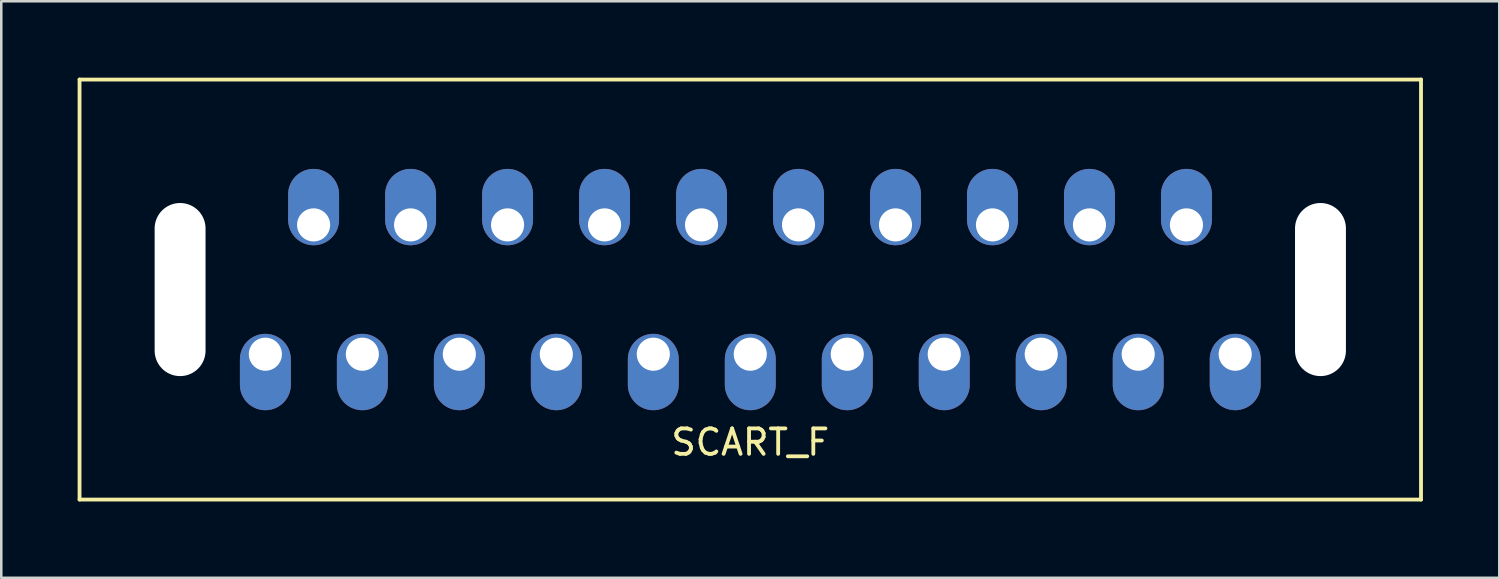
<source format=kicad_pcb>
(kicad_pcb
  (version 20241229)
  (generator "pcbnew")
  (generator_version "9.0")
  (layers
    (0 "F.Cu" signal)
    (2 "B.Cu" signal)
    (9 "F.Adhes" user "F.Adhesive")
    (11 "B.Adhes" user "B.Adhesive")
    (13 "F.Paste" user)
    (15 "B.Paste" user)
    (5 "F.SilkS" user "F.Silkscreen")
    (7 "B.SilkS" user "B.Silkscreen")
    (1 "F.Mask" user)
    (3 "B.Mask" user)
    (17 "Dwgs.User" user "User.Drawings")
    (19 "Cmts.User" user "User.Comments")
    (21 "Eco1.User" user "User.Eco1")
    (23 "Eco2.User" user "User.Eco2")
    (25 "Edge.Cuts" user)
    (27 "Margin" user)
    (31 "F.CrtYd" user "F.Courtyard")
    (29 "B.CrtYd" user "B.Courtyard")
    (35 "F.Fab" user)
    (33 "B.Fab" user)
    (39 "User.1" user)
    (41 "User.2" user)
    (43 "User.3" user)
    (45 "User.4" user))
  (footprint "SCART_F"
    (layer "F.Cu")
    (at 26.425 8.325)
    (property "Reference" "SCART_F" (at 0 6 0) (layer "F.SilkS") (effects (font (size 1 1) (thickness 0.15))))
    (attr through_hole)
    (fp_line (start -26.35 -8.25) (end 26.35 -8.25) (stroke (width 0.15) (type solid)) (layer "F.SilkS"))
    (fp_line (start -26.35 8.25) (end -26.35 -8.25) (stroke (width 0.15) (type solid)) (layer "F.SilkS"))
    (fp_line (start 26.35 -8.25) (end 26.35 8.25) (stroke (width 0.15) (type solid)) (layer "F.SilkS"))
    (fp_line (start 26.35 8.25) (end -26.35 8.25) (stroke (width 0.15) (type solid)) (layer "F.SilkS"))
    (pad "" np_thru_hole oval (at -22.4 0) (size 2 6.8) (drill oval 2 6.8) (layers "*.Cu" "*.Mask"))
    (pad "" np_thru_hole oval (at 22.4 0) (size 2 6.8) (drill oval 2 6.8) (layers "*.Cu" "*.Mask"))
    (pad "1" thru_hole oval (at 19.05 2.54) (size 2 3) (drill 1.3 (offset 0 0.7)) (layers "*.Cu" "*.Mask"))
    (pad "2" thru_hole oval (at 17.135 -2.54) (size 2 3) (drill 1.3 (offset 0 -0.7)) (layers "*.Cu" "*.Mask"))
    (pad "3" thru_hole oval (at 15.24 2.54) (size 2 3) (drill 1.3 (offset 0 0.7)) (layers "*.Cu" "*.Mask"))
    (pad "4" thru_hole oval (at 13.325 -2.54) (size 2 3) (drill 1.3 (offset 0 -0.7)) (layers "*.Cu" "*.Mask"))
    (pad "5" thru_hole oval (at 11.43 2.54) (size 2 3) (drill 1.3 (offset 0 0.7)) (layers "*.Cu" "*.Mask"))
    (pad "6" thru_hole oval (at 9.515 -2.54) (size 2 3) (drill 1.3 (offset 0 -0.7)) (layers "*.Cu" "*.Mask"))
    (pad "7" thru_hole oval (at 7.62 2.54) (size 2 3) (drill 1.3 (offset 0 0.7)) (layers "*.Cu" "*.Mask"))
    (pad "8" thru_hole oval (at 5.705 -2.54) (size 2 3) (drill 1.3 (offset 0 -0.7)) (layers "*.Cu" "*.Mask"))
    (pad "9" thru_hole oval (at 3.81 2.54) (size 2 3) (drill 1.3 (offset 0 0.7)) (layers "*.Cu" "*.Mask"))
    (pad "10" thru_hole oval (at 1.895 -2.54) (size 2 3) (drill 1.3 (offset 0 -0.7)) (layers "*.Cu" "*.Mask"))
    (pad "11" thru_hole oval (at 0 2.54) (size 2 3) (drill 1.3 (offset 0 0.7)) (layers "*.Cu" "*.Mask"))
    (pad "12" thru_hole oval (at -1.915 -2.54) (size 2 3) (drill 1.3 (offset 0 -0.7)) (layers "*.Cu" "*.Mask"))
    (pad "13" thru_hole oval (at -3.81 2.54) (size 2 3) (drill 1.3 (offset 0 0.7)) (layers "*.Cu" "*.Mask"))
    (pad "14" thru_hole oval (at -5.725 -2.54) (size 2 3) (drill 1.3 (offset 0 -0.7)) (layers "*.Cu" "*.Mask"))
    (pad "15" thru_hole oval (at -7.62 2.54) (size 2 3) (drill 1.3 (offset 0 0.7)) (layers "*.Cu" "*.Mask"))
    (pad "16" thru_hole oval (at -9.535 -2.54) (size 2 3) (drill 1.3 (offset 0 -0.7)) (layers "*.Cu" "*.Mask"))
    (pad "17" thru_hole oval (at -11.43 2.54) (size 2 3) (drill 1.3 (offset 0 0.7)) (layers "*.Cu" "*.Mask"))
    (pad "18" thru_hole oval (at -13.345 -2.54) (size 2 3) (drill 1.3 (offset 0 -0.7)) (layers "*.Cu" "*.Mask"))
    (pad "19" thru_hole oval (at -15.24 2.54) (size 2 3) (drill 1.3 (offset 0 0.7)) (layers "*.Cu" "*.Mask"))
    (pad "20" thru_hole oval (at -17.155 -2.54) (size 2 3) (drill 1.3 (offset 0 -0.7)) (layers "*.Cu" "*.Mask"))
    (pad "21" thru_hole oval (at -19.05 2.54) (size 2 3) (drill 1.3 (offset 0 0.7)) (layers "*.Cu" "*.Mask")))
  (gr_rect
    (start -3 -3)
    (end 55.85 19.65)
    (stroke (width 0.1) (type default))
    (fill no)
    (layer "Edge.Cuts")))
</source>
